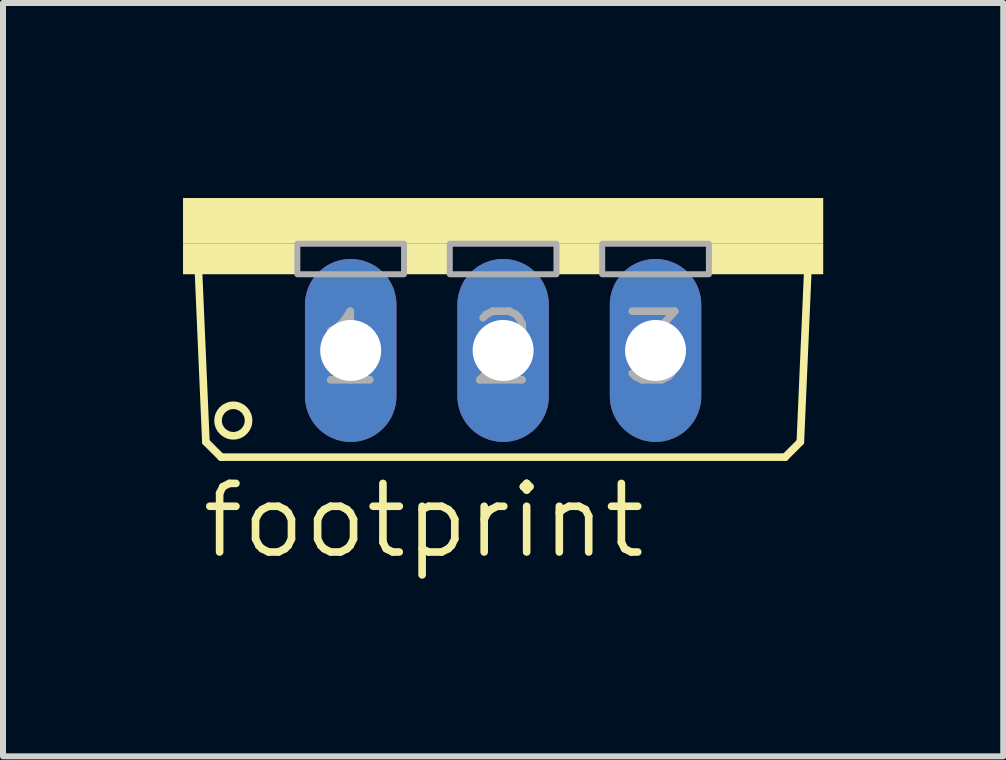
<source format=kicad_pcb>
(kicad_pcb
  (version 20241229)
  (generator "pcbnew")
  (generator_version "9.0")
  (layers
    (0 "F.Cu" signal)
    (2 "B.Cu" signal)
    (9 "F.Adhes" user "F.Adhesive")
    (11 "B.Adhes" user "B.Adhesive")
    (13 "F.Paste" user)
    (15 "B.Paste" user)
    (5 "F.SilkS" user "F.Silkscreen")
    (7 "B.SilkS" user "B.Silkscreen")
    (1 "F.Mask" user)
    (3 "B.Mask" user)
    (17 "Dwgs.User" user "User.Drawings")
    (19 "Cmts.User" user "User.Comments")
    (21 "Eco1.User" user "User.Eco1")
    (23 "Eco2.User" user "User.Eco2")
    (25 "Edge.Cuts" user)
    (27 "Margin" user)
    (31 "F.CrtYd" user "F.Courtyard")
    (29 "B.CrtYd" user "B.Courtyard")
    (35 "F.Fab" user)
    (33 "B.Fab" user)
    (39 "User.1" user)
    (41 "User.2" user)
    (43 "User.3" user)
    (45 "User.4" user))
  (footprint "footprint"
    (layer "F.Cu")
    (at 5.334 0.25)
    (property "Reference" "footprint" (at -5.08 6.045 0) (layer "F.SilkS") (effects (font (size 1.143 1.143) (thickness 0.127)) (justify left bottom)))
    (fp_line (start -4.953 4.064) (end -5.08 1.143) (stroke (width 0.127) (type solid)) (layer "F.SilkS"))
    (fp_line (start -4.953 4.064) (end -4.699 4.318) (stroke (width 0.127) (type solid)) (layer "F.SilkS"))
    (fp_line (start 4.699 4.318) (end -4.699 4.318) (stroke (width 0.127) (type solid)) (layer "F.SilkS"))
    (fp_line (start 4.699 4.318) (end 4.953 4.064) (stroke (width 0.127) (type solid)) (layer "F.SilkS"))
    (fp_line (start 5.08 1.143) (end 4.953 4.064) (stroke (width 0.127) (type solid)) (layer "F.SilkS"))
    (fp_circle (center -4.496 3.708) (end -4.242 3.708) (stroke (width 0.127) (type solid)) (fill no) (layer "F.SilkS"))
    (fp_poly (pts (xy -5.334 0.762) (xy 5.334 0.762) (xy 5.334 0) (xy -5.334 0)) (stroke (width 0) (type solid)) (fill yes) (layer "F.SilkS"))
    (fp_poly (pts (xy -5.334 1.27) (xy -3.429 1.27) (xy -3.429 0.762) (xy -5.334 0.762)) (stroke (width 0) (type solid)) (fill yes) (layer "F.SilkS"))
    (fp_poly (pts (xy -1.651 1.27) (xy -0.889 1.27) (xy -0.889 0.762) (xy -1.651 0.762)) (stroke (width 0) (type solid)) (fill yes) (layer "F.SilkS"))
    (fp_poly (pts (xy 0.889 1.27) (xy 1.651 1.27) (xy 1.651 0.762) (xy 0.889 0.762)) (stroke (width 0) (type solid)) (fill yes) (layer "F.SilkS"))
    (fp_poly (pts (xy 3.429 1.27) (xy 5.334 1.27) (xy 5.334 0.762) (xy 3.429 0.762)) (stroke (width 0) (type solid)) (fill yes) (layer "F.SilkS"))
    (fp_poly (pts (xy -3.429 1.27) (xy -1.651 1.27) (xy -1.651 0.762) (xy -3.429 0.762)) (stroke (width 0.1) (type solid)) (fill no) (layer "F.Fab"))
    (fp_poly (pts (xy -0.889 1.27) (xy 0.889 1.27) (xy 0.889 0.762) (xy -0.889 0.762)) (stroke (width 0.1) (type solid)) (fill no) (layer "F.Fab"))
    (fp_poly (pts (xy 1.651 1.27) (xy 3.429 1.27) (xy 3.429 0.762) (xy 1.651 0.762)) (stroke (width 0.1) (type solid)) (fill no) (layer "F.Fab"))
    (fp_text user "2" (at -0.635 3.175 0) (layer "F.Fab") (effects (font (size 1.143 1.143) (thickness 0.127)) (justify left bottom)))
    (fp_text user "1" (at -3.175 3.175 0) (layer "F.Fab") (effects (font (size 1.143 1.143) (thickness 0.127)) (justify left bottom)))
    (fp_text user "3" (at 1.905 3.175 0) (layer "F.Fab") (effects (font (size 1.143 1.143) (thickness 0.127)) (justify left bottom)))
    (pad "1" thru_hole oval (at -2.54 2.54 90) (size 3.048 1.524) (drill 1.016) (layers "*.Cu" "*.Mask"))
    (pad "2" thru_hole oval (at 0 2.54 90) (size 3.048 1.524) (drill 1.016) (layers "*.Cu" "*.Mask"))
    (pad "3" thru_hole oval (at 2.54 2.54 90) (size 3.048 1.524) (drill 1.016) (layers "*.Cu" "*.Mask")))
  (gr_rect
    (start -3 -3)
    (end 13.668 9.554)
    (stroke (width 0.1) (type default))
    (fill no)
    (layer "Edge.Cuts")))
</source>
